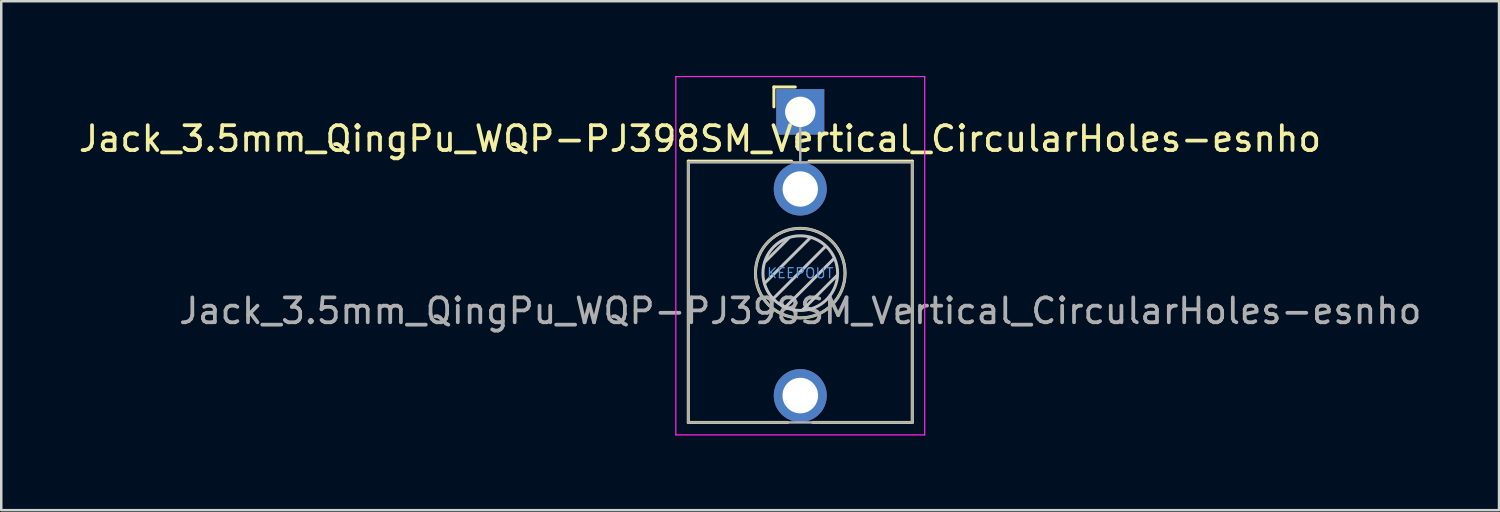
<source format=kicad_pcb>
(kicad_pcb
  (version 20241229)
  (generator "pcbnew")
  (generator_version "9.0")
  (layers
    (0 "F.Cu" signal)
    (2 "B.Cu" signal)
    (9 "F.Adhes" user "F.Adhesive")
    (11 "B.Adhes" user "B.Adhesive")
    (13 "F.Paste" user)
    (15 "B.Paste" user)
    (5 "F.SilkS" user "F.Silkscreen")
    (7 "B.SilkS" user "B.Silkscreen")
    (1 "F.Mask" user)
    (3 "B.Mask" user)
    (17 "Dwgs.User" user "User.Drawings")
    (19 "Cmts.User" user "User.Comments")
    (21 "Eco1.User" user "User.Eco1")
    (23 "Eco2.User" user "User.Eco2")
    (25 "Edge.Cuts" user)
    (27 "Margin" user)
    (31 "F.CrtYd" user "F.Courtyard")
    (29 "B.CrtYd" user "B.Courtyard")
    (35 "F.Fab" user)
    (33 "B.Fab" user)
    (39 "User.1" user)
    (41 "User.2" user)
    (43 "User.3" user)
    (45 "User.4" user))
  (footprint "Jack_3.5mm_QingPu_WQP-PJ398SM_Vertical_CircularHoles-esnho"
    (layer "F.Cu")
    (at 29.107 1.445)
    (property "Reference" "Jack_3.5mm_QingPu_WQP-PJ398SM_Vertical_CircularHoles-esnho" (at -4.03 1.08 180) (layer "F.SilkS") (effects (font (size 1 1) (thickness 0.15))))
    (attr through_hole)
    (fp_line (start -4.5 1.98) (end -4.5 12.48) (stroke (width 0.12) (type solid)) (layer "F.SilkS"))
    (fp_line (start -1.06 -1) (end -1.06 -0.2) (stroke (width 0.12) (type solid)) (layer "F.SilkS"))
    (fp_line (start -1.06 -1) (end -0.2 -1) (stroke (width 0.12) (type solid)) (layer "F.SilkS"))
    (fp_line (start -0.5 12.48) (end -4.5 12.48) (stroke (width 0.12) (type solid)) (layer "F.SilkS"))
    (fp_line (start -0.35 1.98) (end -4.5 1.98) (stroke (width 0.12) (type solid)) (layer "F.SilkS"))
    (fp_line (start 4.5 1.98) (end 0.35 1.98) (stroke (width 0.12) (type solid)) (layer "F.SilkS"))
    (fp_line (start 4.5 1.98) (end 4.5 12.48) (stroke (width 0.12) (type solid)) (layer "F.SilkS"))
    (fp_line (start 4.5 12.48) (end 0.5 12.48) (stroke (width 0.12) (type solid)) (layer "F.SilkS"))
    (fp_circle (center 0 6.48) (end 1.8 6.48) (stroke (width 0.12) (type solid)) (fill no) (layer "F.SilkS"))
    (fp_line (start -1.42 6.875) (end 0.4 5.06) (stroke (width 0.12) (type solid)) (layer "Dwgs.User"))
    (fp_line (start -1.41 6.02) (end -0.46 5.07) (stroke (width 0.12) (type solid)) (layer "Dwgs.User"))
    (fp_line (start -1.07 7.49) (end 1.01 5.41) (stroke (width 0.12) (type solid)) (layer "Dwgs.User"))
    (fp_line (start -0.58 7.83) (end 1.36 5.89) (stroke (width 0.12) (type solid)) (layer "Dwgs.User"))
    (fp_line (start 0.09 7.96) (end 1.48 6.57) (stroke (width 0.12) (type solid)) (layer "Dwgs.User"))
    (fp_circle (center 0 6.48) (end 1.5 6.48) (stroke (width 0.12) (type solid)) (fill no) (layer "Dwgs.User"))
    (fp_line (start -5 12.98) (end -5 -1.42) (stroke (width 0.05) (type solid)) (layer "F.CrtYd"))
    (fp_line (start 5 -1.42) (end -5 -1.42) (stroke (width 0.05) (type solid)) (layer "F.CrtYd"))
    (fp_line (start 5 12.98) (end -5 12.98) (stroke (width 0.05) (type solid)) (layer "F.CrtYd"))
    (fp_line (start 5 12.98) (end 5 -1.42) (stroke (width 0.05) (type solid)) (layer "F.CrtYd"))
    (fp_line (start -4.5 12.48) (end -4.5 2.08) (stroke (width 0.1) (type solid)) (layer "F.Fab"))
    (fp_line (start 0 0) (end 0 2.03) (stroke (width 0.1) (type solid)) (layer "F.Fab"))
    (fp_line (start 4.5 2.03) (end -4.5 2.03) (stroke (width 0.1) (type solid)) (layer "F.Fab"))
    (fp_line (start 4.5 12.48) (end -4.5 12.48) (stroke (width 0.1) (type solid)) (layer "F.Fab"))
    (fp_line (start 4.5 12.48) (end 4.5 2.08) (stroke (width 0.1) (type solid)) (layer "F.Fab"))
    (fp_circle (center 0 6.48) (end 1.8 6.48) (stroke (width 0.1) (type solid)) (fill no) (layer "F.Fab"))
    (fp_text user "KEEPOUT" (at 0 6.48 0) (layer "Cmts.User") (effects (font (size 0.4 0.4) (thickness 0.051))))
    (fp_text user "${REFERENCE}" (at 0 8 180) (layer "F.Fab") (effects (font (size 1 1) (thickness 0.15))))
    (pad "1" thru_hole rect (at 0 0 180) (size 1.93 1.83) (drill 1.22) (layers "*.Cu" "*.Mask"))
    (pad "2" thru_hole circle (at 0 3.1 180) (size 2.13 2.13) (drill 1.42) (layers "*.Cu" "*.Mask"))
    (pad "3" thru_hole circle (at 0 11.4 180) (size 2.13 2.13) (drill 1.43) (layers "*.Cu" "*.Mask")))
  (gr_rect
    (start -3 -3)
    (end 57.185 17.45)
    (stroke (width 0.1) (type default))
    (fill no)
    (layer "Edge.Cuts")))
</source>
